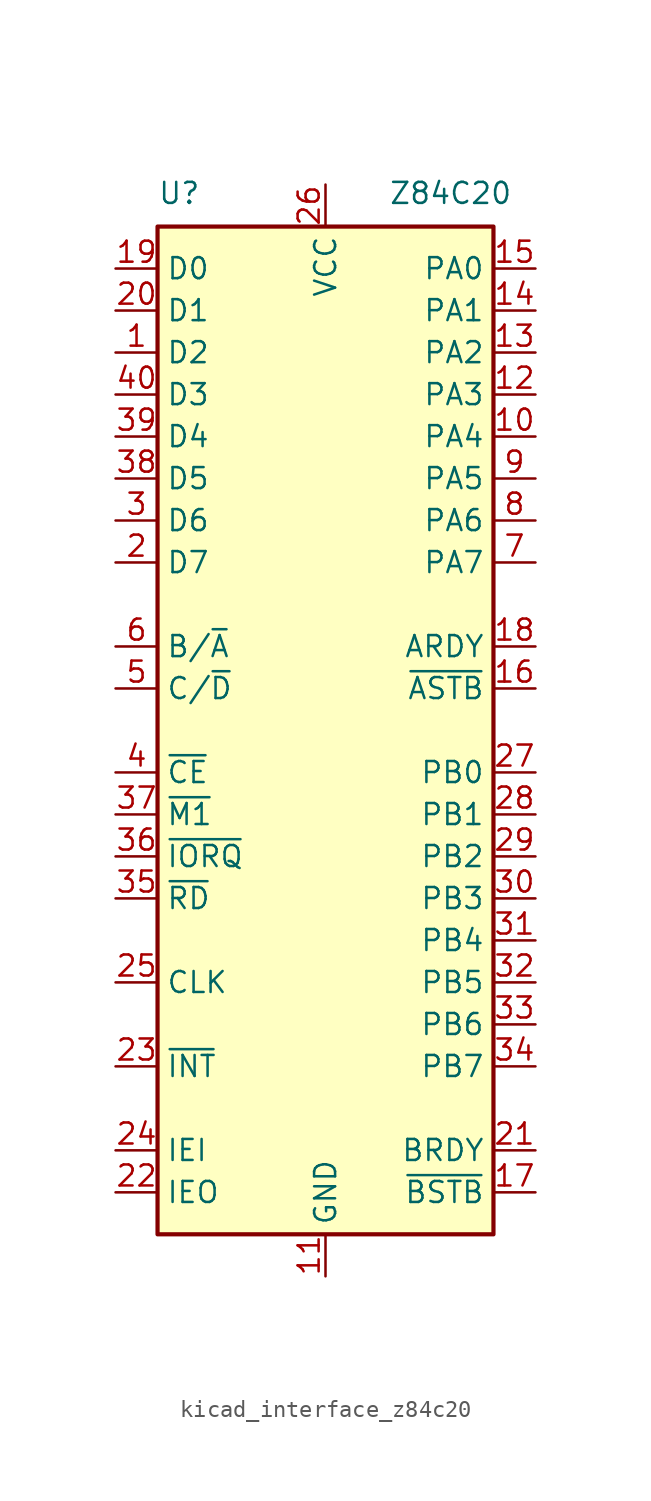
<source format=kicad_sym>
(kicad_symbol_lib
  (version 20220914)
  (generator kicad_symbol_editor)
  (symbol "kicad_interface_z84c20"
    (property "Reference" "U"
      (at -10.16 31.75 0)
      (effects (font (size 1.27 1.27)) (justify left bottom)))
    (property "Value" "Z84C20"
      (at 3.81 31.75 0)
      (effects (font (size 1.27 1.27)) (justify left bottom)))
    (symbol "kicad_interface_z84c20_1_0"
      (rectangle (start -10.16 30.48) (end 10.16 -30.48) (stroke (width 0.254) (type default)) (fill (type background))))
    (symbol "kicad_interface_z84c20_1_1"
      (pin bidirectional line (at -12.7 22.86 0) (length 2.54) (name "D2" (effects (font (size 1.27 1.27)))) (number "1" (effects (font (size 1.27 1.27)))))
      (pin bidirectional line (at 12.7 17.78 180) (length 2.54) (name "PA4" (effects (font (size 1.27 1.27)))) (number "10" (effects (font (size 1.27 1.27)))))
      (pin power_in line (at 0 -33.02 90) (length 2.54) (name "GND" (effects (font (size 1.27 1.27)))) (number "11" (effects (font (size 1.27 1.27)))))
      (pin bidirectional line (at 12.7 20.32 180) (length 2.54) (name "PA3" (effects (font (size 1.27 1.27)))) (number "12" (effects (font (size 1.27 1.27)))))
      (pin bidirectional line (at 12.7 22.86 180) (length 2.54) (name "PA2" (effects (font (size 1.27 1.27)))) (number "13" (effects (font (size 1.27 1.27)))))
      (pin bidirectional line (at 12.7 25.4 180) (length 2.54) (name "PA1" (effects (font (size 1.27 1.27)))) (number "14" (effects (font (size 1.27 1.27)))))
      (pin bidirectional line (at 12.7 27.94 180) (length 2.54) (name "PA0" (effects (font (size 1.27 1.27)))) (number "15" (effects (font (size 1.27 1.27)))))
      (pin input line (at 12.7 2.54 180) (length 2.54) (name "~{ASTB}" (effects (font (size 1.27 1.27)))) (number "16" (effects (font (size 1.27 1.27)))))
      (pin input line (at 12.7 -27.94 180) (length 2.54) (name "~{BSTB}" (effects (font (size 1.27 1.27)))) (number "17" (effects (font (size 1.27 1.27)))))
      (pin output line (at 12.7 5.08 180) (length 2.54) (name "ARDY" (effects (font (size 1.27 1.27)))) (number "18" (effects (font (size 1.27 1.27)))))
      (pin bidirectional line (at -12.7 27.94 0) (length 2.54) (name "D0" (effects (font (size 1.27 1.27)))) (number "19" (effects (font (size 1.27 1.27)))))
      (pin bidirectional line (at -12.7 10.16 0) (length 2.54) (name "D7" (effects (font (size 1.27 1.27)))) (number "2" (effects (font (size 1.27 1.27)))))
      (pin bidirectional line (at -12.7 25.4 0) (length 2.54) (name "D1" (effects (font (size 1.27 1.27)))) (number "20" (effects (font (size 1.27 1.27)))))
      (pin output line (at 12.7 -25.4 180) (length 2.54) (name "BRDY" (effects (font (size 1.27 1.27)))) (number "21" (effects (font (size 1.27 1.27)))))
      (pin output line (at -12.7 -27.94 0) (length 2.54) (name "IEO" (effects (font (size 1.27 1.27)))) (number "22" (effects (font (size 1.27 1.27)))))
      (pin open_collector line (at -12.7 -20.32 0) (length 2.54) (name "~{INT}" (effects (font (size 1.27 1.27)))) (number "23" (effects (font (size 1.27 1.27)))))
      (pin input line (at -12.7 -25.4 0) (length 2.54) (name "IEI" (effects (font (size 1.27 1.27)))) (number "24" (effects (font (size 1.27 1.27)))))
      (pin input line (at -12.7 -15.24 0) (length 2.54) (name "CLK" (effects (font (size 1.27 1.27)))) (number "25" (effects (font (size 1.27 1.27)))))
      (pin power_in line (at 0 33.02 270) (length 2.54) (name "VCC" (effects (font (size 1.27 1.27)))) (number "26" (effects (font (size 1.27 1.27)))))
      (pin bidirectional line (at 12.7 -2.54 180) (length 2.54) (name "PB0" (effects (font (size 1.27 1.27)))) (number "27" (effects (font (size 1.27 1.27)))))
      (pin bidirectional line (at 12.7 -5.08 180) (length 2.54) (name "PB1" (effects (font (size 1.27 1.27)))) (number "28" (effects (font (size 1.27 1.27)))))
      (pin bidirectional line (at 12.7 -7.62 180) (length 2.54) (name "PB2" (effects (font (size 1.27 1.27)))) (number "29" (effects (font (size 1.27 1.27)))))
      (pin bidirectional line (at -12.7 12.7 0) (length 2.54) (name "D6" (effects (font (size 1.27 1.27)))) (number "3" (effects (font (size 1.27 1.27)))))
      (pin bidirectional line (at 12.7 -10.16 180) (length 2.54) (name "PB3" (effects (font (size 1.27 1.27)))) (number "30" (effects (font (size 1.27 1.27)))))
      (pin bidirectional line (at 12.7 -12.7 180) (length 2.54) (name "PB4" (effects (font (size 1.27 1.27)))) (number "31" (effects (font (size 1.27 1.27)))))
      (pin bidirectional line (at 12.7 -15.24 180) (length 2.54) (name "PB5" (effects (font (size 1.27 1.27)))) (number "32" (effects (font (size 1.27 1.27)))))
      (pin bidirectional line (at 12.7 -17.78 180) (length 2.54) (name "PB6" (effects (font (size 1.27 1.27)))) (number "33" (effects (font (size 1.27 1.27)))))
      (pin bidirectional line (at 12.7 -20.32 180) (length 2.54) (name "PB7" (effects (font (size 1.27 1.27)))) (number "34" (effects (font (size 1.27 1.27)))))
      (pin input line (at -12.7 -10.16 0) (length 2.54) (name "~{RD}" (effects (font (size 1.27 1.27)))) (number "35" (effects (font (size 1.27 1.27)))))
      (pin input line (at -12.7 -7.62 0) (length 2.54) (name "~{IORQ}" (effects (font (size 1.27 1.27)))) (number "36" (effects (font (size 1.27 1.27)))))
      (pin input line (at -12.7 -5.08 0) (length 2.54) (name "~{M1}" (effects (font (size 1.27 1.27)))) (number "37" (effects (font (size 1.27 1.27)))))
      (pin bidirectional line (at -12.7 15.24 0) (length 2.54) (name "D5" (effects (font (size 1.27 1.27)))) (number "38" (effects (font (size 1.27 1.27)))))
      (pin bidirectional line (at -12.7 17.78 0) (length 2.54) (name "D4" (effects (font (size 1.27 1.27)))) (number "39" (effects (font (size 1.27 1.27)))))
      (pin input line (at -12.7 -2.54 0) (length 2.54) (name "~{CE}" (effects (font (size 1.27 1.27)))) (number "4" (effects (font (size 1.27 1.27)))))
      (pin bidirectional line (at -12.7 20.32 0) (length 2.54) (name "D3" (effects (font (size 1.27 1.27)))) (number "40" (effects (font (size 1.27 1.27)))))
      (pin input line (at -12.7 2.54 0) (length 2.54) (name "C/~{D}" (effects (font (size 1.27 1.27)))) (number "5" (effects (font (size 1.27 1.27)))))
      (pin input line (at -12.7 5.08 0) (length 2.54) (name "B/~{A}" (effects (font (size 1.27 1.27)))) (number "6" (effects (font (size 1.27 1.27)))))
      (pin bidirectional line (at 12.7 10.16 180) (length 2.54) (name "PA7" (effects (font (size 1.27 1.27)))) (number "7" (effects (font (size 1.27 1.27)))))
      (pin bidirectional line (at 12.7 12.7 180) (length 2.54) (name "PA6" (effects (font (size 1.27 1.27)))) (number "8" (effects (font (size 1.27 1.27)))))
      (pin bidirectional line (at 12.7 15.24 180) (length 2.54) (name "PA5" (effects (font (size 1.27 1.27)))) (number "9" (effects (font (size 1.27 1.27))))))))
</source>
